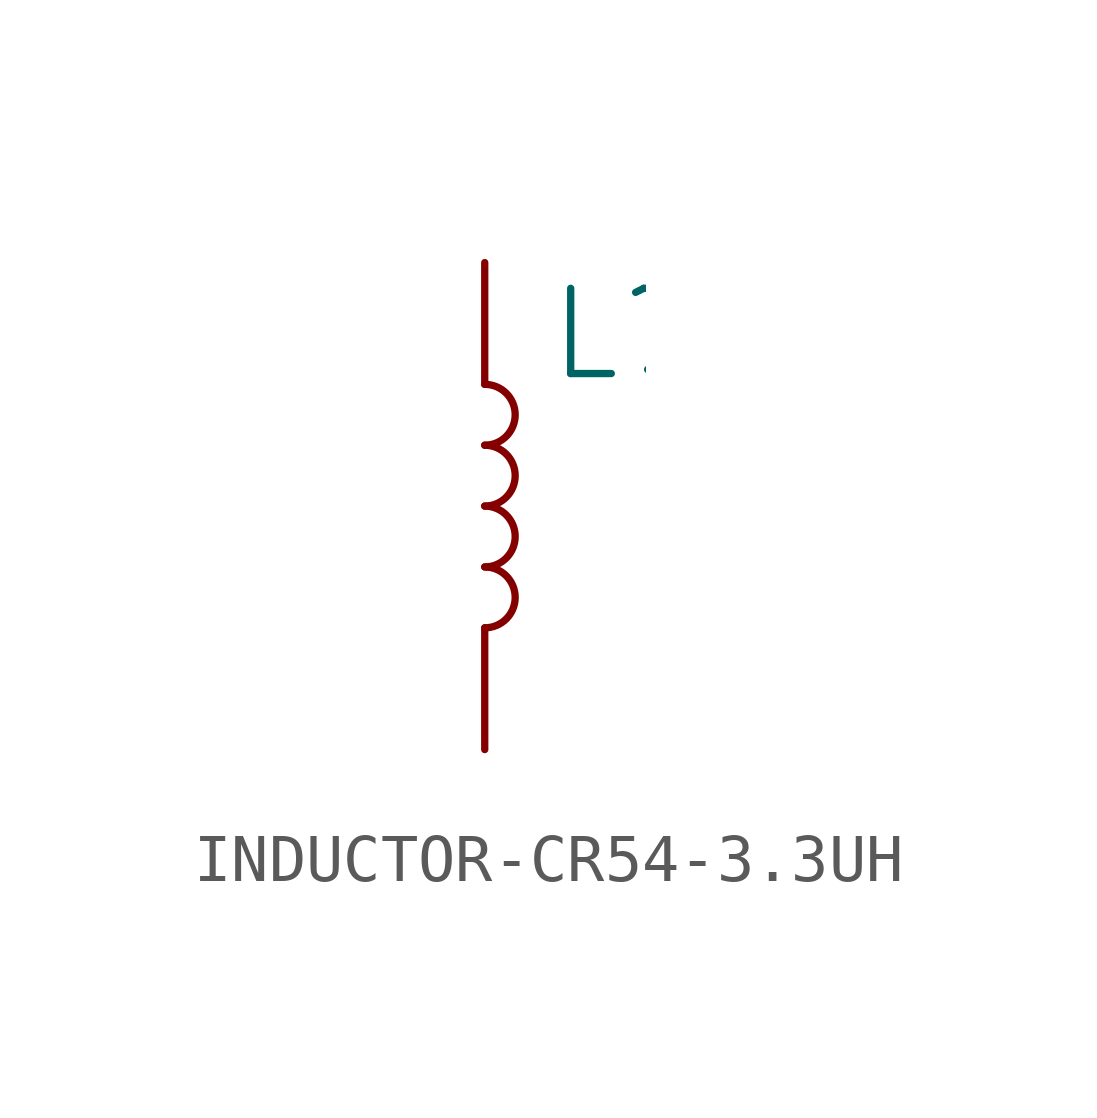
<source format=kicad_sym>
(kicad_symbol_lib
  (version 20231120)
  (generator "kicad_symbol_editor")
  (generator_version "8.0")
  (symbol "INDUCTOR-CR54-3.3UH"
    (property "Reference" "L"
      (at 1.27 2.54 0)
      (effects (font (size 1.778 1.778)) (justify left bottom)))
    (property "Value" ""
      (at 1.27 -2.54 0)
      (effects (font (size 1.778 1.778)) (justify left top)))
    (property "ki_locked" ""
      (at 0 0 0)
      (effects (font (size 1.27 1.27))))
    (symbol "INDUCTOR-CR54-3.3UH_1_0"
      (arc (start 0 -2.54) (mid 0.635 -1.905) (end 0 -1.27) (stroke (width 0.1524) (type solid)) (fill (type none)))
      (arc (start 0 -1.27) (mid 0.635 -0.635) (end 0 0) (stroke (width 0.1524) (type solid)) (fill (type none)))
      (arc (start 0 0) (mid 0.635 0.635) (end 0 1.27) (stroke (width 0.1524) (type solid)) (fill (type none)))
      (arc (start 0 1.27) (mid 0.635 1.905) (end 0 2.54) (stroke (width 0.1524) (type solid)) (fill (type none)))
      (pin passive line (at 0 5.08 270) (length 2.54) (name "1" (effects (font (size 0 0)))) (number "P$1" (effects (font (size 0 0)))))
      (pin passive line (at 0 -5.08 90) (length 2.54) (name "2" (effects (font (size 0 0)))) (number "P$2" (effects (font (size 0 0))))))))
</source>
